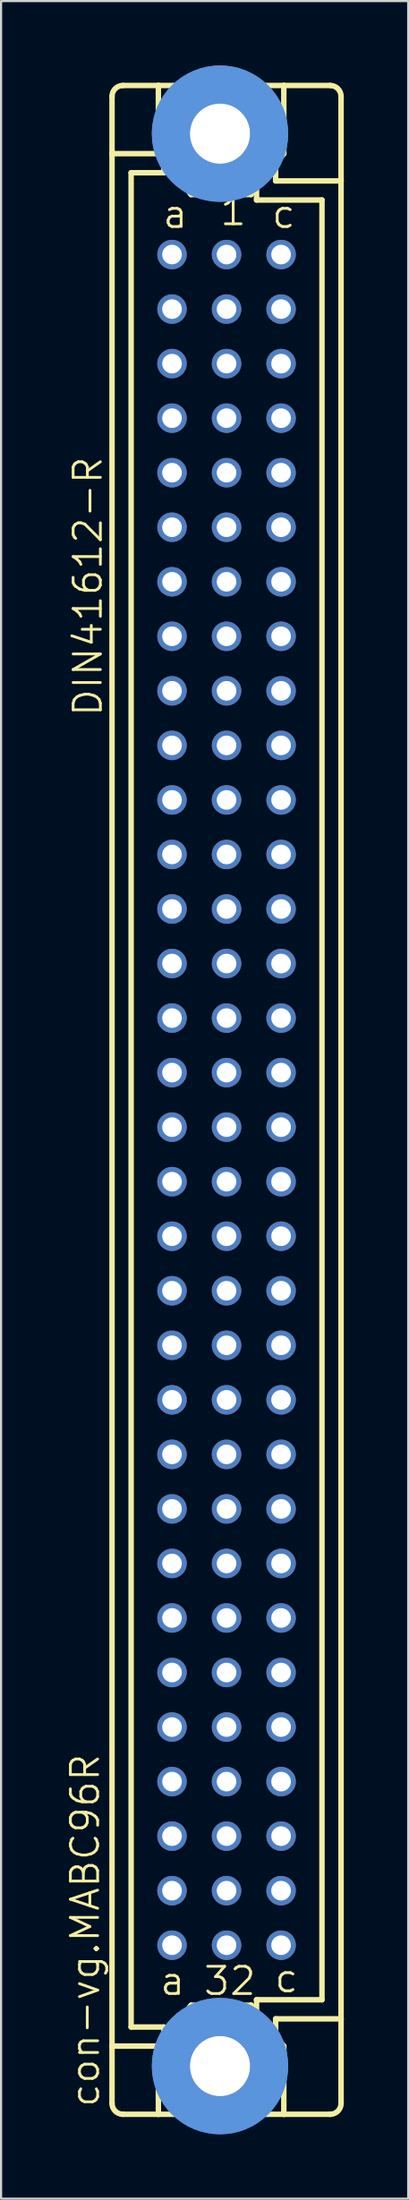
<source format=kicad_pcb>
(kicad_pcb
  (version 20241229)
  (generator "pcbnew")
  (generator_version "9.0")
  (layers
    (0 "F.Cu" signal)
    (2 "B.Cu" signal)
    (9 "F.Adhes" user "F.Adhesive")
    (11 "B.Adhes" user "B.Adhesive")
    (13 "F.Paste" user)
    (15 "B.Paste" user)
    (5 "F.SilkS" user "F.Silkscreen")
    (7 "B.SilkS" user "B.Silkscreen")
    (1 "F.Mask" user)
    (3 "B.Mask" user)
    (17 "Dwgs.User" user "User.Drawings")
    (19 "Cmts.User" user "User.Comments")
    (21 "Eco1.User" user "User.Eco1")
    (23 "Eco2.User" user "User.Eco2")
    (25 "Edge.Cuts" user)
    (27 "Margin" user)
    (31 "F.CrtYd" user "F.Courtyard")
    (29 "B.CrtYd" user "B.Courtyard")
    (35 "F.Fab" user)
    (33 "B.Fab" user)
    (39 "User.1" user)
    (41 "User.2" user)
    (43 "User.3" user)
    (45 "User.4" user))
  (footprint "con-vg.MABC96R"
    (layer "F.Cu")
    (at 7.502 48.175)
    (property "Reference" "con-vg.MABC96R" (at -5.842 46.99 90) (layer "F.SilkS") (effects (font (size 1.27 1.27) (thickness 0.13)) (justify left bottom)))
    (attr through_hole)
    (fp_line (start -5.334 -44.069) (end -5.334 -46.736) (stroke (width 0.254) (type default)) (layer "F.SilkS"))
    (fp_line (start -5.334 -44.069) (end -3.175 -44.069) (stroke (width 0.254) (type default)) (layer "F.SilkS"))
    (fp_line (start -5.334 44.069) (end -5.334 -44.069) (stroke (width 0.254) (type default)) (layer "F.SilkS"))
    (fp_line (start -5.334 44.069) (end -3.175 44.069) (stroke (width 0.254) (type default)) (layer "F.SilkS"))
    (fp_line (start -5.334 46.736) (end -5.334 44.069) (stroke (width 0.254) (type default)) (layer "F.SilkS"))
    (fp_line (start -4.826 -47.244) (end -3.175 -47.244) (stroke (width 0.254) (type default)) (layer "F.SilkS"))
    (fp_line (start -4.826 47.244) (end -3.175 47.244) (stroke (width 0.254) (type default)) (layer "F.SilkS"))
    (fp_line (start -4.445 -43.18) (end -4.445 43.18) (stroke (width 0.254) (type default)) (layer "F.SilkS"))
    (fp_line (start -4.445 43.18) (end -2.921 43.18) (stroke (width 0.254) (type default)) (layer "F.SilkS"))
    (fp_line (start -3.175 -47.244) (end -3.175 -44.069) (stroke (width 0.254) (type default)) (layer "F.SilkS"))
    (fp_line (start -3.175 47.244) (end -3.175 44.069) (stroke (width 0.254) (type default)) (layer "F.SilkS"))
    (fp_line (start -3.175 47.244) (end 2.667 47.244) (stroke (width 0.254) (type default)) (layer "F.SilkS"))
    (fp_line (start -2.921 -43.688) (end -2.921 -43.18) (stroke (width 0.254) (type default)) (layer "F.SilkS"))
    (fp_line (start -2.921 -43.18) (end -4.445 -43.18) (stroke (width 0.254) (type default)) (layer "F.SilkS"))
    (fp_line (start -2.921 43.18) (end -2.921 43.688) (stroke (width 0.254) (type default)) (layer "F.SilkS"))
    (fp_line (start -1.651 -42.164) (end -3.175 -44.069) (stroke (width 0.254) (type default)) (layer "F.SilkS"))
    (fp_line (start -1.651 42.164) (end -3.175 44.069) (stroke (width 0.254) (type default)) (layer "F.SilkS"))
    (fp_line (start -1.651 42.164) (end 1.143 42.164) (stroke (width 0.254) (type default)) (layer "F.SilkS"))
    (fp_line (start 1.143 -42.164) (end -1.651 -42.164) (stroke (width 0.254) (type default)) (layer "F.SilkS"))
    (fp_line (start 1.143 -42.164) (end 2.667 -44.069) (stroke (width 0.254) (type default)) (layer "F.SilkS"))
    (fp_line (start 1.143 42.164) (end 1.397 42.545) (stroke (width 0.254) (type default)) (layer "F.SilkS"))
    (fp_line (start 1.143 42.164) (end 2.667 44.069) (stroke (width 0.254) (type default)) (layer "F.SilkS"))
    (fp_line (start 1.397 -41.91) (end 1.397 -42.418) (stroke (width 0.254) (type default)) (layer "F.SilkS"))
    (fp_line (start 1.397 41.91) (end 4.445 41.91) (stroke (width 0.254) (type default)) (layer "F.SilkS"))
    (fp_line (start 1.397 42.545) (end 1.397 41.91) (stroke (width 0.254) (type default)) (layer "F.SilkS"))
    (fp_line (start 2.286 -42.799) (end 2.286 -43.561) (stroke (width 0.254) (type default)) (layer "F.SilkS"))
    (fp_line (start 2.286 42.799) (end 2.286 43.561) (stroke (width 0.254) (type default)) (layer "F.SilkS"))
    (fp_line (start 2.286 42.799) (end 5.334 42.799) (stroke (width 0.254) (type default)) (layer "F.SilkS"))
    (fp_line (start 2.667 -47.244) (end -3.175 -47.244) (stroke (width 0.254) (type default)) (layer "F.SilkS"))
    (fp_line (start 2.667 -47.244) (end 2.667 -44.069) (stroke (width 0.254) (type default)) (layer "F.SilkS"))
    (fp_line (start 2.667 47.244) (end 2.667 44.069) (stroke (width 0.254) (type default)) (layer "F.SilkS"))
    (fp_line (start 2.667 47.244) (end 4.826 47.244) (stroke (width 0.254) (type default)) (layer "F.SilkS"))
    (fp_line (start 4.445 -41.91) (end 1.397 -41.91) (stroke (width 0.254) (type default)) (layer "F.SilkS"))
    (fp_line (start 4.445 41.91) (end 4.445 -41.91) (stroke (width 0.254) (type default)) (layer "F.SilkS"))
    (fp_line (start 4.826 -47.244) (end 2.667 -47.244) (stroke (width 0.254) (type default)) (layer "F.SilkS"))
    (fp_line (start 5.334 -42.799) (end 2.286 -42.799) (stroke (width 0.254) (type default)) (layer "F.SilkS"))
    (fp_line (start 5.334 -42.799) (end 5.334 -46.736) (stroke (width 0.254) (type default)) (layer "F.SilkS"))
    (fp_line (start 5.334 42.799) (end 5.334 -42.799) (stroke (width 0.254) (type default)) (layer "F.SilkS"))
    (fp_line (start 5.334 46.736) (end 5.334 42.799) (stroke (width 0.254) (type default)) (layer "F.SilkS"))
    (fp_arc (start -5.334 -46.736) (mid -5.18521 -47.09521) (end -4.826 -47.244) (stroke (width 0.254) (type default)) (layer "F.SilkS"))
    (fp_arc (start -4.826 47.244) (mid -5.18521 47.09521) (end -5.334 46.736) (stroke (width 0.254) (type default)) (layer "F.SilkS"))
    (fp_arc (start 4.826 -47.244) (mid 5.18521 -47.09521) (end 5.334 -46.736) (stroke (width 0.254) (type default)) (layer "F.SilkS"))
    (fp_arc (start 5.334 46.736) (mid 5.18521 47.09521) (end 4.826 47.244) (stroke (width 0.254) (type default)) (layer "F.SilkS"))
    (fp_circle (center -0.305 -45) (end 0.965 -45) (stroke (width 0.254) (type default)) (fill no) (layer "F.SilkS"))
    (fp_circle (center -0.305 45) (end 0.965 45) (stroke (width 0.254) (type default)) (fill no) (layer "F.SilkS"))
    (fp_circle (center -0.305 -45) (end 1.981 -45) (stroke (width 1.778) (type default)) (fill no) (layer "Cmts.User"))
    (fp_circle (center -0.305 -45) (end 1.981 -45) (stroke (width 1.778) (type default)) (fill no) (layer "Cmts.User"))
    (fp_circle (center -0.305 45) (end 1.981 45) (stroke (width 1.778) (type default)) (fill no) (layer "Cmts.User"))
    (fp_circle (center -0.305 45) (end 1.981 45) (stroke (width 1.778) (type default)) (fill no) (layer "Cmts.User"))
    (fp_text user "a " (at -3.175 41.783 0) (layer "F.SilkS") (effects (font (size 1.27 1.27) (thickness 0.13)) (justify left bottom)))
    (fp_text user "c " (at 2.159 41.656 0) (layer "F.SilkS") (effects (font (size 1.27 1.27) (thickness 0.13)) (justify left bottom)))
    (fp_text user "a" (at -3.048 -40.513 0) (layer "F.SilkS") (effects (font (size 1.27 1.27) (thickness 0.13)) (justify left bottom)))
    (fp_text user "DIN41612-R" (at -5.715 -17.78 90) (layer "F.SilkS") (effects (font (size 1.27 1.27) (thickness 0.13)) (justify left bottom)))
    (fp_text user "1" (at -0.381 -40.64 0) (layer "F.SilkS") (effects (font (size 1.27 1.27) (thickness 0.13)) (justify left bottom)))
    (fp_text user "c" (at 2.032 -40.513 0) (layer "F.SilkS") (effects (font (size 1.27 1.27) (thickness 0.13)) (justify left bottom)))
    (fp_text user "32" (at -1.143 41.783 0) (layer "F.SilkS") (effects (font (size 1.27 1.27) (thickness 0.13)) (justify left bottom)))
    (pad "" np_thru_hole circle (at -0.305 -45) (size 2.794 2.794) (drill 2.794) (layers "*.Cu" "*.Mask"))
    (pad "" np_thru_hole circle (at -0.305 45) (size 2.794 2.794) (drill 2.794) (layers "*.Cu" "*.Mask"))
    (pad "A1" thru_hole circle (at -2.54 -39.37) (size 1.372 1.372) (drill 0.914) (layers "*.Cu" "*.Mask"))
    (pad "A2" thru_hole circle (at -2.54 -36.83) (size 1.372 1.372) (drill 0.914) (layers "*.Cu" "*.Mask"))
    (pad "A3" thru_hole circle (at -2.54 -34.29) (size 1.372 1.372) (drill 0.914) (layers "*.Cu" "*.Mask"))
    (pad "A4" thru_hole circle (at -2.54 -31.75) (size 1.372 1.372) (drill 0.914) (layers "*.Cu" "*.Mask"))
    (pad "A5" thru_hole circle (at -2.54 -29.21) (size 1.372 1.372) (drill 0.914) (layers "*.Cu" "*.Mask"))
    (pad "A6" thru_hole circle (at -2.54 -26.67) (size 1.372 1.372) (drill 0.914) (layers "*.Cu" "*.Mask"))
    (pad "A7" thru_hole circle (at -2.54 -24.13) (size 1.372 1.372) (drill 0.914) (layers "*.Cu" "*.Mask"))
    (pad "A8" thru_hole circle (at -2.54 -21.59) (size 1.372 1.372) (drill 0.914) (layers "*.Cu" "*.Mask"))
    (pad "A9" thru_hole circle (at -2.54 -19.05) (size 1.372 1.372) (drill 0.914) (layers "*.Cu" "*.Mask"))
    (pad "A10" thru_hole circle (at -2.54 -16.51) (size 1.372 1.372) (drill 0.914) (layers "*.Cu" "*.Mask"))
    (pad "A11" thru_hole circle (at -2.54 -13.97) (size 1.372 1.372) (drill 0.914) (layers "*.Cu" "*.Mask"))
    (pad "A12" thru_hole circle (at -2.54 -11.43) (size 1.372 1.372) (drill 0.914) (layers "*.Cu" "*.Mask"))
    (pad "A13" thru_hole circle (at -2.54 -8.89) (size 1.372 1.372) (drill 0.914) (layers "*.Cu" "*.Mask"))
    (pad "A14" thru_hole circle (at -2.54 -6.35) (size 1.372 1.372) (drill 0.914) (layers "*.Cu" "*.Mask"))
    (pad "A15" thru_hole circle (at -2.54 -3.81) (size 1.372 1.372) (drill 0.914) (layers "*.Cu" "*.Mask"))
    (pad "A16" thru_hole circle (at -2.54 -1.27) (size 1.372 1.372) (drill 0.914) (layers "*.Cu" "*.Mask"))
    (pad "A17" thru_hole circle (at -2.54 1.27) (size 1.372 1.372) (drill 0.914) (layers "*.Cu" "*.Mask"))
    (pad "A18" thru_hole circle (at -2.54 3.81) (size 1.372 1.372) (drill 0.914) (layers "*.Cu" "*.Mask"))
    (pad "A19" thru_hole circle (at -2.54 6.35) (size 1.372 1.372) (drill 0.914) (layers "*.Cu" "*.Mask"))
    (pad "A20" thru_hole circle (at -2.54 8.89) (size 1.372 1.372) (drill 0.914) (layers "*.Cu" "*.Mask"))
    (pad "A21" thru_hole circle (at -2.54 11.43) (size 1.372 1.372) (drill 0.914) (layers "*.Cu" "*.Mask"))
    (pad "A22" thru_hole circle (at -2.54 13.97) (size 1.372 1.372) (drill 0.914) (layers "*.Cu" "*.Mask"))
    (pad "A23" thru_hole circle (at -2.54 16.51) (size 1.372 1.372) (drill 0.914) (layers "*.Cu" "*.Mask"))
    (pad "A24" thru_hole circle (at -2.54 19.05) (size 1.372 1.372) (drill 0.914) (layers "*.Cu" "*.Mask"))
    (pad "A25" thru_hole circle (at -2.54 21.59) (size 1.372 1.372) (drill 0.914) (layers "*.Cu" "*.Mask"))
    (pad "A26" thru_hole circle (at -2.54 24.13) (size 1.372 1.372) (drill 0.914) (layers "*.Cu" "*.Mask"))
    (pad "A27" thru_hole circle (at -2.54 26.67) (size 1.372 1.372) (drill 0.914) (layers "*.Cu" "*.Mask"))
    (pad "A28" thru_hole circle (at -2.54 29.21) (size 1.372 1.372) (drill 0.914) (layers "*.Cu" "*.Mask"))
    (pad "A29" thru_hole circle (at -2.54 31.75) (size 1.372 1.372) (drill 0.914) (layers "*.Cu" "*.Mask"))
    (pad "A30" thru_hole circle (at -2.54 34.29) (size 1.372 1.372) (drill 0.914) (layers "*.Cu" "*.Mask"))
    (pad "A31" thru_hole circle (at -2.54 36.83) (size 1.372 1.372) (drill 0.914) (layers "*.Cu" "*.Mask"))
    (pad "A32" thru_hole circle (at -2.54 39.37) (size 1.372 1.372) (drill 0.914) (layers "*.Cu" "*.Mask"))
    (pad "B1" thru_hole circle (at 0 -39.37) (size 1.372 1.372) (drill 0.914) (layers "*.Cu" "*.Mask"))
    (pad "B2" thru_hole circle (at 0 -36.83) (size 1.372 1.372) (drill 0.914) (layers "*.Cu" "*.Mask"))
    (pad "B3" thru_hole circle (at 0 -34.29) (size 1.372 1.372) (drill 0.914) (layers "*.Cu" "*.Mask"))
    (pad "B4" thru_hole circle (at 0 -31.75) (size 1.372 1.372) (drill 0.914) (layers "*.Cu" "*.Mask"))
    (pad "B5" thru_hole circle (at 0 -29.21) (size 1.372 1.372) (drill 0.914) (layers "*.Cu" "*.Mask"))
    (pad "B6" thru_hole circle (at 0 -26.67) (size 1.372 1.372) (drill 0.914) (layers "*.Cu" "*.Mask"))
    (pad "B7" thru_hole circle (at 0 -24.13) (size 1.372 1.372) (drill 0.914) (layers "*.Cu" "*.Mask"))
    (pad "B8" thru_hole circle (at 0 -21.59) (size 1.372 1.372) (drill 0.914) (layers "*.Cu" "*.Mask"))
    (pad "B9" thru_hole circle (at 0 -19.05) (size 1.372 1.372) (drill 0.914) (layers "*.Cu" "*.Mask"))
    (pad "B10" thru_hole circle (at 0 -16.51) (size 1.372 1.372) (drill 0.914) (layers "*.Cu" "*.Mask"))
    (pad "B11" thru_hole circle (at 0 -13.97) (size 1.372 1.372) (drill 0.914) (layers "*.Cu" "*.Mask"))
    (pad "B12" thru_hole circle (at 0 -11.43) (size 1.372 1.372) (drill 0.914) (layers "*.Cu" "*.Mask"))
    (pad "B13" thru_hole circle (at 0 -8.89) (size 1.372 1.372) (drill 0.914) (layers "*.Cu" "*.Mask"))
    (pad "B14" thru_hole circle (at 0 -6.35) (size 1.372 1.372) (drill 0.914) (layers "*.Cu" "*.Mask"))
    (pad "B15" thru_hole circle (at 0 -3.81) (size 1.372 1.372) (drill 0.914) (layers "*.Cu" "*.Mask"))
    (pad "B16" thru_hole circle (at 0 -1.27) (size 1.372 1.372) (drill 0.914) (layers "*.Cu" "*.Mask"))
    (pad "B17" thru_hole circle (at 0 1.27) (size 1.372 1.372) (drill 0.914) (layers "*.Cu" "*.Mask"))
    (pad "B18" thru_hole circle (at 0 3.81) (size 1.372 1.372) (drill 0.914) (layers "*.Cu" "*.Mask"))
    (pad "B19" thru_hole circle (at 0 6.35) (size 1.372 1.372) (drill 0.914) (layers "*.Cu" "*.Mask"))
    (pad "B20" thru_hole circle (at 0 8.89) (size 1.372 1.372) (drill 0.914) (layers "*.Cu" "*.Mask"))
    (pad "B21" thru_hole circle (at 0 11.43) (size 1.372 1.372) (drill 0.914) (layers "*.Cu" "*.Mask"))
    (pad "B22" thru_hole circle (at 0 13.97) (size 1.372 1.372) (drill 0.914) (layers "*.Cu" "*.Mask"))
    (pad "B23" thru_hole circle (at 0 16.51) (size 1.372 1.372) (drill 0.914) (layers "*.Cu" "*.Mask"))
    (pad "B24" thru_hole circle (at 0 19.05) (size 1.372 1.372) (drill 0.914) (layers "*.Cu" "*.Mask"))
    (pad "B25" thru_hole circle (at 0 21.59) (size 1.372 1.372) (drill 0.914) (layers "*.Cu" "*.Mask"))
    (pad "B26" thru_hole circle (at 0 24.13) (size 1.372 1.372) (drill 0.914) (layers "*.Cu" "*.Mask"))
    (pad "B27" thru_hole circle (at 0 26.67) (size 1.372 1.372) (drill 0.914) (layers "*.Cu" "*.Mask"))
    (pad "B28" thru_hole circle (at 0 29.21) (size 1.372 1.372) (drill 0.914) (layers "*.Cu" "*.Mask"))
    (pad "B29" thru_hole circle (at 0 31.75) (size 1.372 1.372) (drill 0.914) (layers "*.Cu" "*.Mask"))
    (pad "B30" thru_hole circle (at 0 34.29) (size 1.372 1.372) (drill 0.914) (layers "*.Cu" "*.Mask"))
    (pad "B31" thru_hole circle (at 0 36.83) (size 1.372 1.372) (drill 0.914) (layers "*.Cu" "*.Mask"))
    (pad "B32" thru_hole circle (at 0 39.37) (size 1.372 1.372) (drill 0.914) (layers "*.Cu" "*.Mask"))
    (pad "C1" thru_hole circle (at 2.54 -39.37) (size 1.372 1.372) (drill 0.914) (layers "*.Cu" "*.Mask"))
    (pad "C2" thru_hole circle (at 2.54 -36.83) (size 1.372 1.372) (drill 0.914) (layers "*.Cu" "*.Mask"))
    (pad "C3" thru_hole circle (at 2.54 -34.29) (size 1.372 1.372) (drill 0.914) (layers "*.Cu" "*.Mask"))
    (pad "C4" thru_hole circle (at 2.54 -31.75) (size 1.372 1.372) (drill 0.914) (layers "*.Cu" "*.Mask"))
    (pad "C5" thru_hole circle (at 2.54 -29.21) (size 1.372 1.372) (drill 0.914) (layers "*.Cu" "*.Mask"))
    (pad "C6" thru_hole circle (at 2.54 -26.67) (size 1.372 1.372) (drill 0.914) (layers "*.Cu" "*.Mask"))
    (pad "C7" thru_hole circle (at 2.54 -24.13) (size 1.372 1.372) (drill 0.914) (layers "*.Cu" "*.Mask"))
    (pad "C8" thru_hole circle (at 2.54 -21.59) (size 1.372 1.372) (drill 0.914) (layers "*.Cu" "*.Mask"))
    (pad "C9" thru_hole circle (at 2.54 -19.05) (size 1.372 1.372) (drill 0.914) (layers "*.Cu" "*.Mask"))
    (pad "C10" thru_hole circle (at 2.54 -16.51) (size 1.372 1.372) (drill 0.914) (layers "*.Cu" "*.Mask"))
    (pad "C11" thru_hole circle (at 2.54 -13.97) (size 1.372 1.372) (drill 0.914) (layers "*.Cu" "*.Mask"))
    (pad "C12" thru_hole circle (at 2.54 -11.43) (size 1.372 1.372) (drill 0.914) (layers "*.Cu" "*.Mask"))
    (pad "C13" thru_hole circle (at 2.54 -8.89) (size 1.372 1.372) (drill 0.914) (layers "*.Cu" "*.Mask"))
    (pad "C14" thru_hole circle (at 2.54 -6.35) (size 1.372 1.372) (drill 0.914) (layers "*.Cu" "*.Mask"))
    (pad "C15" thru_hole circle (at 2.54 -3.81) (size 1.372 1.372) (drill 0.914) (layers "*.Cu" "*.Mask"))
    (pad "C16" thru_hole circle (at 2.54 -1.27) (size 1.372 1.372) (drill 0.914) (layers "*.Cu" "*.Mask"))
    (pad "C17" thru_hole circle (at 2.54 1.27) (size 1.372 1.372) (drill 0.914) (layers "*.Cu" "*.Mask"))
    (pad "C18" thru_hole circle (at 2.54 3.81) (size 1.372 1.372) (drill 0.914) (layers "*.Cu" "*.Mask"))
    (pad "C19" thru_hole circle (at 2.54 6.35) (size 1.372 1.372) (drill 0.914) (layers "*.Cu" "*.Mask"))
    (pad "C20" thru_hole circle (at 2.54 8.89) (size 1.372 1.372) (drill 0.914) (layers "*.Cu" "*.Mask"))
    (pad "C21" thru_hole circle (at 2.54 11.43) (size 1.372 1.372) (drill 0.914) (layers "*.Cu" "*.Mask"))
    (pad "C22" thru_hole circle (at 2.54 13.97) (size 1.372 1.372) (drill 0.914) (layers "*.Cu" "*.Mask"))
    (pad "C23" thru_hole circle (at 2.54 16.51) (size 1.372 1.372) (drill 0.914) (layers "*.Cu" "*.Mask"))
    (pad "C24" thru_hole circle (at 2.54 19.05) (size 1.372 1.372) (drill 0.914) (layers "*.Cu" "*.Mask"))
    (pad "C25" thru_hole circle (at 2.54 21.59) (size 1.372 1.372) (drill 0.914) (layers "*.Cu" "*.Mask"))
    (pad "C26" thru_hole circle (at 2.54 24.13) (size 1.372 1.372) (drill 0.914) (layers "*.Cu" "*.Mask"))
    (pad "C27" thru_hole circle (at 2.54 26.67) (size 1.372 1.372) (drill 0.914) (layers "*.Cu" "*.Mask"))
    (pad "C28" thru_hole circle (at 2.54 29.21) (size 1.372 1.372) (drill 0.914) (layers "*.Cu" "*.Mask"))
    (pad "C29" thru_hole circle (at 2.54 31.75) (size 1.372 1.372) (drill 0.914) (layers "*.Cu" "*.Mask"))
    (pad "C30" thru_hole circle (at 2.54 34.29) (size 1.372 1.372) (drill 0.914) (layers "*.Cu" "*.Mask"))
    (pad "C31" thru_hole circle (at 2.54 36.83) (size 1.372 1.372) (drill 0.914) (layers "*.Cu" "*.Mask"))
    (pad "C32" thru_hole circle (at 2.54 39.37) (size 1.372 1.372) (drill 0.914) (layers "*.Cu" "*.Mask")))
  (gr_rect
    (start -3 -3)
    (end 15.963 99.35)
    (stroke (width 0.1) (type default))
    (fill no)
    (layer "Edge.Cuts")))
</source>
